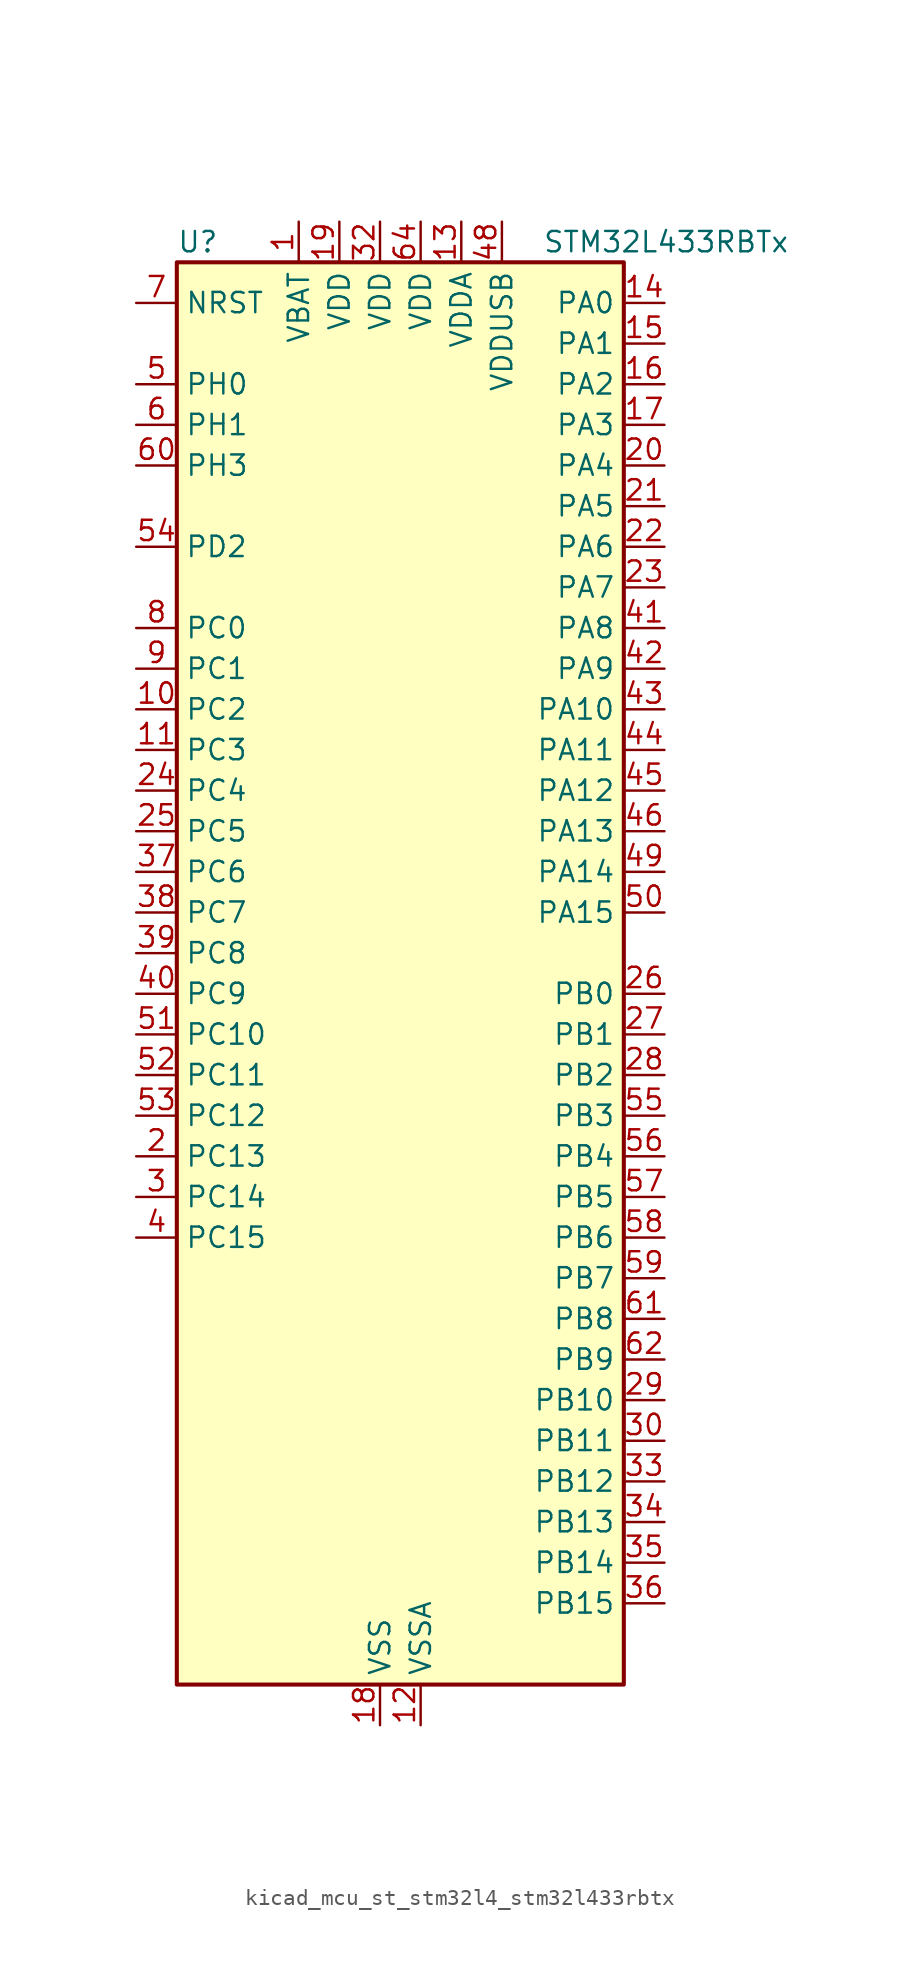
<source format=kicad_sym>
(kicad_symbol_lib
  (version 20220914)
  (generator kicad_symbol_editor)
  (symbol "kicad_mcu_st_stm32l4_stm32l433rbtx"
    (property "Reference" "U"
      (at -12.7 46.99 0)
      (effects (font (size 1.27 1.27)) (justify left)))
    (property "Value" "STM32L433RBTx"
      (at 10.16 46.99 0)
      (effects (font (size 1.27 1.27)) (justify left)))
    (property "ki_locked" ""
      (at 0 0 0)
      (effects (font (size 1.27 1.27))))
    (symbol "kicad_mcu_st_stm32l4_stm32l433rbtx_0_1"
      (rectangle (start -12.7 -43.18) (end 15.24 45.72) (stroke (width 0.254) (type default)) (fill (type background))))
    (symbol "kicad_mcu_st_stm32l4_stm32l433rbtx_1_1"
      (pin power_in line (at -5.08 48.26 270) (length 2.54) (name "VBAT" (effects (font (size 1.27 1.27)))) (number "1" (effects (font (size 1.27 1.27)))))
      (pin bidirectional line (at -15.24 17.78 0) (length 2.54) (name "PC2" (effects (font (size 1.27 1.27)))) (number "10" (effects (font (size 1.27 1.27)))) (alternate "ADC1_IN3" bidirectional line) (alternate "LCD_SEG20" bidirectional line) (alternate "LPTIM1_IN2" bidirectional line) (alternate "SPI2_MISO" bidirectional line))
      (pin bidirectional line (at -15.24 15.24 0) (length 2.54) (name "PC3" (effects (font (size 1.27 1.27)))) (number "11" (effects (font (size 1.27 1.27)))) (alternate "ADC1_IN4" bidirectional line) (alternate "LCD_VLCD" bidirectional line) (alternate "LPTIM1_ETR" bidirectional line) (alternate "LPTIM2_ETR" bidirectional line) (alternate "SAI1_SD_A" bidirectional line) (alternate "SPI2_MOSI" bidirectional line))
      (pin power_in line (at 2.54 -45.72 90) (length 2.54) (name "VSSA" (effects (font (size 1.27 1.27)))) (number "12" (effects (font (size 1.27 1.27)))))
      (pin power_in line (at 5.08 48.26 270) (length 2.54) (name "VDDA" (effects (font (size 1.27 1.27)))) (number "13" (effects (font (size 1.27 1.27)))))
      (pin bidirectional line (at 17.78 43.18 180) (length 2.54) (name "PA0" (effects (font (size 1.27 1.27)))) (number "14" (effects (font (size 1.27 1.27)))) (alternate "ADC1_IN5" bidirectional line) (alternate "COMP1_INM" bidirectional line) (alternate "COMP1_OUT" bidirectional line) (alternate "OPAMP1_VINP" bidirectional line) (alternate "RTC_TAMP2" bidirectional line) (alternate "SAI1_EXTCLK" bidirectional line) (alternate "SYS_WKUP1" bidirectional line) (alternate "TIM2_CH1" bidirectional line) (alternate "TIM2_ETR" bidirectional line) (alternate "USART2_CTS" bidirectional line))
      (pin bidirectional line (at 17.78 40.64 180) (length 2.54) (name "PA1" (effects (font (size 1.27 1.27)))) (number "15" (effects (font (size 1.27 1.27)))) (alternate "ADC1_IN6" bidirectional line) (alternate "COMP1_INP" bidirectional line) (alternate "I2C1_SMBA" bidirectional line) (alternate "LCD_SEG0" bidirectional line) (alternate "OPAMP1_VINM" bidirectional line) (alternate "SPI1_SCK" bidirectional line) (alternate "TIM15_CH1N" bidirectional line) (alternate "TIM2_CH2" bidirectional line) (alternate "USART2_DE" bidirectional line) (alternate "USART2_RTS" bidirectional line))
      (pin bidirectional line (at 17.78 38.1 180) (length 2.54) (name "PA2" (effects (font (size 1.27 1.27)))) (number "16" (effects (font (size 1.27 1.27)))) (alternate "ADC1_IN7" bidirectional line) (alternate "COMP2_INM" bidirectional line) (alternate "COMP2_OUT" bidirectional line) (alternate "LCD_SEG1" bidirectional line) (alternate "LPUART1_TX" bidirectional line) (alternate "QUADSPI_BK1_NCS" bidirectional line) (alternate "RCC_LSCO" bidirectional line) (alternate "SYS_WKUP4" bidirectional line) (alternate "TIM15_CH1" bidirectional line) (alternate "TIM2_CH3" bidirectional line) (alternate "USART2_TX" bidirectional line))
      (pin bidirectional line (at 17.78 35.56 180) (length 2.54) (name "PA3" (effects (font (size 1.27 1.27)))) (number "17" (effects (font (size 1.27 1.27)))) (alternate "ADC1_IN8" bidirectional line) (alternate "COMP2_INP" bidirectional line) (alternate "LCD_SEG2" bidirectional line) (alternate "LPUART1_RX" bidirectional line) (alternate "OPAMP1_VOUT" bidirectional line) (alternate "QUADSPI_CLK" bidirectional line) (alternate "SAI1_MCLK_A" bidirectional line) (alternate "TIM15_CH2" bidirectional line) (alternate "TIM2_CH4" bidirectional line) (alternate "USART2_RX" bidirectional line))
      (pin power_in line (at 0 -45.72 90) (length 2.54) (name "VSS" (effects (font (size 1.27 1.27)))) (number "18" (effects (font (size 1.27 1.27)))))
      (pin power_in line (at -2.54 48.26 270) (length 2.54) (name "VDD" (effects (font (size 1.27 1.27)))) (number "19" (effects (font (size 1.27 1.27)))))
      (pin bidirectional line (at -15.24 -10.16 0) (length 2.54) (name "PC13" (effects (font (size 1.27 1.27)))) (number "2" (effects (font (size 1.27 1.27)))) (alternate "RTC_OUT_ALARM" bidirectional line) (alternate "RTC_OUT_CALIB" bidirectional line) (alternate "RTC_TAMP1" bidirectional line) (alternate "RTC_TS" bidirectional line) (alternate "SYS_WKUP2" bidirectional line))
      (pin bidirectional line (at 17.78 33.02 180) (length 2.54) (name "PA4" (effects (font (size 1.27 1.27)))) (number "20" (effects (font (size 1.27 1.27)))) (alternate "ADC1_IN9" bidirectional line) (alternate "COMP1_INM" bidirectional line) (alternate "COMP2_INM" bidirectional line) (alternate "DAC1_OUT1" bidirectional line) (alternate "LPTIM2_OUT" bidirectional line) (alternate "SAI1_FS_B" bidirectional line) (alternate "SPI1_NSS" bidirectional line) (alternate "SPI3_NSS" bidirectional line) (alternate "USART2_CK" bidirectional line))
      (pin bidirectional line (at 17.78 30.48 180) (length 2.54) (name "PA5" (effects (font (size 1.27 1.27)))) (number "21" (effects (font (size 1.27 1.27)))) (alternate "ADC1_IN10" bidirectional line) (alternate "COMP1_INM" bidirectional line) (alternate "COMP2_INM" bidirectional line) (alternate "DAC1_OUT2" bidirectional line) (alternate "LPTIM2_ETR" bidirectional line) (alternate "SPI1_SCK" bidirectional line) (alternate "TIM2_CH1" bidirectional line) (alternate "TIM2_ETR" bidirectional line))
      (pin bidirectional line (at 17.78 27.94 180) (length 2.54) (name "PA6" (effects (font (size 1.27 1.27)))) (number "22" (effects (font (size 1.27 1.27)))) (alternate "ADC1_IN11" bidirectional line) (alternate "COMP1_OUT" bidirectional line) (alternate "LCD_SEG3" bidirectional line) (alternate "LPUART1_CTS" bidirectional line) (alternate "QUADSPI_BK1_IO3" bidirectional line) (alternate "SPI1_MISO" bidirectional line) (alternate "TIM16_CH1" bidirectional line) (alternate "TIM1_BKIN" bidirectional line) (alternate "TIM1_BKIN_COMP2" bidirectional line) (alternate "USART3_CTS" bidirectional line))
      (pin bidirectional line (at 17.78 25.4 180) (length 2.54) (name "PA7" (effects (font (size 1.27 1.27)))) (number "23" (effects (font (size 1.27 1.27)))) (alternate "ADC1_IN12" bidirectional line) (alternate "COMP2_OUT" bidirectional line) (alternate "I2C3_SCL" bidirectional line) (alternate "LCD_SEG4" bidirectional line) (alternate "QUADSPI_BK1_IO2" bidirectional line) (alternate "SPI1_MOSI" bidirectional line) (alternate "TIM1_CH1N" bidirectional line))
      (pin bidirectional line (at -15.24 12.7 0) (length 2.54) (name "PC4" (effects (font (size 1.27 1.27)))) (number "24" (effects (font (size 1.27 1.27)))) (alternate "ADC1_IN13" bidirectional line) (alternate "COMP1_INM" bidirectional line) (alternate "LCD_SEG22" bidirectional line) (alternate "USART3_TX" bidirectional line))
      (pin bidirectional line (at -15.24 10.16 0) (length 2.54) (name "PC5" (effects (font (size 1.27 1.27)))) (number "25" (effects (font (size 1.27 1.27)))) (alternate "ADC1_IN14" bidirectional line) (alternate "COMP1_INP" bidirectional line) (alternate "LCD_SEG23" bidirectional line) (alternate "SYS_WKUP5" bidirectional line) (alternate "USART3_RX" bidirectional line))
      (pin bidirectional line (at 17.78 0 180) (length 2.54) (name "PB0" (effects (font (size 1.27 1.27)))) (number "26" (effects (font (size 1.27 1.27)))) (alternate "ADC1_IN15" bidirectional line) (alternate "COMP1_OUT" bidirectional line) (alternate "LCD_SEG5" bidirectional line) (alternate "QUADSPI_BK1_IO1" bidirectional line) (alternate "SAI1_EXTCLK" bidirectional line) (alternate "SPI1_NSS" bidirectional line) (alternate "TIM1_CH2N" bidirectional line) (alternate "USART3_CK" bidirectional line))
      (pin bidirectional line (at 17.78 -2.54 180) (length 2.54) (name "PB1" (effects (font (size 1.27 1.27)))) (number "27" (effects (font (size 1.27 1.27)))) (alternate "ADC1_IN16" bidirectional line) (alternate "COMP1_INM" bidirectional line) (alternate "LCD_SEG6" bidirectional line) (alternate "LPTIM2_IN1" bidirectional line) (alternate "LPUART1_DE" bidirectional line) (alternate "LPUART1_RTS" bidirectional line) (alternate "QUADSPI_BK1_IO0" bidirectional line) (alternate "TIM1_CH3N" bidirectional line) (alternate "USART3_DE" bidirectional line) (alternate "USART3_RTS" bidirectional line))
      (pin bidirectional line (at 17.78 -5.08 180) (length 2.54) (name "PB2" (effects (font (size 1.27 1.27)))) (number "28" (effects (font (size 1.27 1.27)))) (alternate "COMP1_INP" bidirectional line) (alternate "I2C3_SMBA" bidirectional line) (alternate "LCD_VLCD" bidirectional line) (alternate "LPTIM1_OUT" bidirectional line) (alternate "RTC_OUT_ALARM" bidirectional line) (alternate "RTC_OUT_CALIB" bidirectional line))
      (pin bidirectional line (at 17.78 -25.4 180) (length 2.54) (name "PB10" (effects (font (size 1.27 1.27)))) (number "29" (effects (font (size 1.27 1.27)))) (alternate "COMP1_OUT" bidirectional line) (alternate "I2C2_SCL" bidirectional line) (alternate "LCD_SEG10" bidirectional line) (alternate "LPUART1_RX" bidirectional line) (alternate "QUADSPI_CLK" bidirectional line) (alternate "SAI1_SCK_A" bidirectional line) (alternate "SPI2_SCK" bidirectional line) (alternate "TIM2_CH3" bidirectional line) (alternate "TSC_SYNC" bidirectional line) (alternate "USART3_TX" bidirectional line))
      (pin bidirectional line (at -15.24 -12.7 0) (length 2.54) (name "PC14" (effects (font (size 1.27 1.27)))) (number "3" (effects (font (size 1.27 1.27)))) (alternate "RCC_OSC32_IN" bidirectional line))
      (pin bidirectional line (at 17.78 -27.94 180) (length 2.54) (name "PB11" (effects (font (size 1.27 1.27)))) (number "30" (effects (font (size 1.27 1.27)))) (alternate "ADC1_EXTI11" bidirectional line) (alternate "COMP2_OUT" bidirectional line) (alternate "I2C2_SDA" bidirectional line) (alternate "LCD_SEG11" bidirectional line) (alternate "LPUART1_TX" bidirectional line) (alternate "QUADSPI_BK1_NCS" bidirectional line) (alternate "TIM2_CH4" bidirectional line) (alternate "USART3_RX" bidirectional line))
      (pin passive line (at 0 -45.72 90) (length 2.54) hide (name "VSS" (effects (font (size 1.27 1.27)))) (number "31" (effects (font (size 1.27 1.27)))))
      (pin power_in line (at 0 48.26 270) (length 2.54) (name "VDD" (effects (font (size 1.27 1.27)))) (number "32" (effects (font (size 1.27 1.27)))))
      (pin bidirectional line (at 17.78 -30.48 180) (length 2.54) (name "PB12" (effects (font (size 1.27 1.27)))) (number "33" (effects (font (size 1.27 1.27)))) (alternate "I2C2_SMBA" bidirectional line) (alternate "LCD_SEG12" bidirectional line) (alternate "LPUART1_DE" bidirectional line) (alternate "LPUART1_RTS" bidirectional line) (alternate "SAI1_FS_A" bidirectional line) (alternate "SPI2_NSS" bidirectional line) (alternate "SWPMI1_IO" bidirectional line) (alternate "TIM15_BKIN" bidirectional line) (alternate "TIM1_BKIN" bidirectional line) (alternate "TIM1_BKIN_COMP2" bidirectional line) (alternate "TSC_G1_IO1" bidirectional line) (alternate "USART3_CK" bidirectional line))
      (pin bidirectional line (at 17.78 -33.02 180) (length 2.54) (name "PB13" (effects (font (size 1.27 1.27)))) (number "34" (effects (font (size 1.27 1.27)))) (alternate "I2C2_SCL" bidirectional line) (alternate "LCD_SEG13" bidirectional line) (alternate "LPUART1_CTS" bidirectional line) (alternate "SAI1_SCK_A" bidirectional line) (alternate "SPI2_SCK" bidirectional line) (alternate "SWPMI1_TX" bidirectional line) (alternate "TIM15_CH1N" bidirectional line) (alternate "TIM1_CH1N" bidirectional line) (alternate "TSC_G1_IO2" bidirectional line) (alternate "USART3_CTS" bidirectional line))
      (pin bidirectional line (at 17.78 -35.56 180) (length 2.54) (name "PB14" (effects (font (size 1.27 1.27)))) (number "35" (effects (font (size 1.27 1.27)))) (alternate "I2C2_SDA" bidirectional line) (alternate "LCD_SEG14" bidirectional line) (alternate "SAI1_MCLK_A" bidirectional line) (alternate "SPI2_MISO" bidirectional line) (alternate "SWPMI1_RX" bidirectional line) (alternate "TIM15_CH1" bidirectional line) (alternate "TIM1_CH2N" bidirectional line) (alternate "TSC_G1_IO3" bidirectional line) (alternate "USART3_DE" bidirectional line) (alternate "USART3_RTS" bidirectional line))
      (pin bidirectional line (at 17.78 -38.1 180) (length 2.54) (name "PB15" (effects (font (size 1.27 1.27)))) (number "36" (effects (font (size 1.27 1.27)))) (alternate "ADC1_EXTI15" bidirectional line) (alternate "LCD_SEG15" bidirectional line) (alternate "RTC_REFIN" bidirectional line) (alternate "SAI1_SD_A" bidirectional line) (alternate "SPI2_MOSI" bidirectional line) (alternate "SWPMI1_SUSPEND" bidirectional line) (alternate "TIM15_CH2" bidirectional line) (alternate "TIM1_CH3N" bidirectional line) (alternate "TSC_G1_IO4" bidirectional line))
      (pin bidirectional line (at -15.24 7.62 0) (length 2.54) (name "PC6" (effects (font (size 1.27 1.27)))) (number "37" (effects (font (size 1.27 1.27)))) (alternate "LCD_SEG24" bidirectional line) (alternate "SDMMC1_D6" bidirectional line) (alternate "TSC_G4_IO1" bidirectional line))
      (pin bidirectional line (at -15.24 5.08 0) (length 2.54) (name "PC7" (effects (font (size 1.27 1.27)))) (number "38" (effects (font (size 1.27 1.27)))) (alternate "LCD_SEG25" bidirectional line) (alternate "SDMMC1_D7" bidirectional line) (alternate "TSC_G4_IO2" bidirectional line))
      (pin bidirectional line (at -15.24 2.54 0) (length 2.54) (name "PC8" (effects (font (size 1.27 1.27)))) (number "39" (effects (font (size 1.27 1.27)))) (alternate "LCD_SEG26" bidirectional line) (alternate "SDMMC1_D0" bidirectional line) (alternate "TSC_G4_IO3" bidirectional line))
      (pin bidirectional line (at -15.24 -15.24 0) (length 2.54) (name "PC15" (effects (font (size 1.27 1.27)))) (number "4" (effects (font (size 1.27 1.27)))) (alternate "ADC1_EXTI15" bidirectional line) (alternate "RCC_OSC32_OUT" bidirectional line))
      (pin bidirectional line (at -15.24 0 0) (length 2.54) (name "PC9" (effects (font (size 1.27 1.27)))) (number "40" (effects (font (size 1.27 1.27)))) (alternate "DAC1_EXTI9" bidirectional line) (alternate "LCD_SEG27" bidirectional line) (alternate "SDMMC1_D1" bidirectional line) (alternate "TSC_G4_IO4" bidirectional line) (alternate "USB_NOE" bidirectional line))
      (pin bidirectional line (at 17.78 22.86 180) (length 2.54) (name "PA8" (effects (font (size 1.27 1.27)))) (number "41" (effects (font (size 1.27 1.27)))) (alternate "LCD_COM0" bidirectional line) (alternate "LPTIM2_OUT" bidirectional line) (alternate "RCC_MCO" bidirectional line) (alternate "SAI1_SCK_A" bidirectional line) (alternate "SWPMI1_IO" bidirectional line) (alternate "TIM1_CH1" bidirectional line) (alternate "USART1_CK" bidirectional line))
      (pin bidirectional line (at 17.78 20.32 180) (length 2.54) (name "PA9" (effects (font (size 1.27 1.27)))) (number "42" (effects (font (size 1.27 1.27)))) (alternate "DAC1_EXTI9" bidirectional line) (alternate "I2C1_SCL" bidirectional line) (alternate "LCD_COM1" bidirectional line) (alternate "SAI1_FS_A" bidirectional line) (alternate "TIM15_BKIN" bidirectional line) (alternate "TIM1_CH2" bidirectional line) (alternate "USART1_TX" bidirectional line))
      (pin bidirectional line (at 17.78 17.78 180) (length 2.54) (name "PA10" (effects (font (size 1.27 1.27)))) (number "43" (effects (font (size 1.27 1.27)))) (alternate "CRS_SYNC" bidirectional line) (alternate "I2C1_SDA" bidirectional line) (alternate "LCD_COM2" bidirectional line) (alternate "SAI1_SD_A" bidirectional line) (alternate "TIM1_CH3" bidirectional line) (alternate "USART1_RX" bidirectional line))
      (pin bidirectional line (at 17.78 15.24 180) (length 2.54) (name "PA11" (effects (font (size 1.27 1.27)))) (number "44" (effects (font (size 1.27 1.27)))) (alternate "ADC1_EXTI11" bidirectional line) (alternate "CAN1_RX" bidirectional line) (alternate "COMP1_OUT" bidirectional line) (alternate "SPI1_MISO" bidirectional line) (alternate "TIM1_BKIN2" bidirectional line) (alternate "TIM1_BKIN2_COMP1" bidirectional line) (alternate "TIM1_CH4" bidirectional line) (alternate "USART1_CTS" bidirectional line) (alternate "USB_DM" bidirectional line))
      (pin bidirectional line (at 17.78 12.7 180) (length 2.54) (name "PA12" (effects (font (size 1.27 1.27)))) (number "45" (effects (font (size 1.27 1.27)))) (alternate "CAN1_TX" bidirectional line) (alternate "SPI1_MOSI" bidirectional line) (alternate "TIM1_ETR" bidirectional line) (alternate "USART1_DE" bidirectional line) (alternate "USART1_RTS" bidirectional line) (alternate "USB_DP" bidirectional line))
      (pin bidirectional line (at 17.78 10.16 180) (length 2.54) (name "PA13" (effects (font (size 1.27 1.27)))) (number "46" (effects (font (size 1.27 1.27)))) (alternate "IR_OUT" bidirectional line) (alternate "SAI1_SD_B" bidirectional line) (alternate "SWPMI1_TX" bidirectional line) (alternate "SYS_JTMS-SWDIO" bidirectional line) (alternate "USB_NOE" bidirectional line))
      (pin passive line (at 0 -45.72 90) (length 2.54) hide (name "VSS" (effects (font (size 1.27 1.27)))) (number "47" (effects (font (size 1.27 1.27)))))
      (pin power_in line (at 7.62 48.26 270) (length 2.54) (name "VDDUSB" (effects (font (size 1.27 1.27)))) (number "48" (effects (font (size 1.27 1.27)))))
      (pin bidirectional line (at 17.78 7.62 180) (length 2.54) (name "PA14" (effects (font (size 1.27 1.27)))) (number "49" (effects (font (size 1.27 1.27)))) (alternate "I2C1_SMBA" bidirectional line) (alternate "LPTIM1_OUT" bidirectional line) (alternate "SAI1_FS_B" bidirectional line) (alternate "SWPMI1_RX" bidirectional line) (alternate "SYS_JTCK-SWCLK" bidirectional line))
      (pin bidirectional line (at -15.24 38.1 0) (length 2.54) (name "PH0" (effects (font (size 1.27 1.27)))) (number "5" (effects (font (size 1.27 1.27)))) (alternate "RCC_OSC_IN" bidirectional line))
      (pin bidirectional line (at 17.78 5.08 180) (length 2.54) (name "PA15" (effects (font (size 1.27 1.27)))) (number "50" (effects (font (size 1.27 1.27)))) (alternate "ADC1_EXTI15" bidirectional line) (alternate "LCD_SEG17" bidirectional line) (alternate "SPI1_NSS" bidirectional line) (alternate "SPI3_NSS" bidirectional line) (alternate "SWPMI1_SUSPEND" bidirectional line) (alternate "SYS_JTDI" bidirectional line) (alternate "TIM2_CH1" bidirectional line) (alternate "TIM2_ETR" bidirectional line) (alternate "TSC_G3_IO1" bidirectional line) (alternate "USART2_RX" bidirectional line) (alternate "USART3_DE" bidirectional line) (alternate "USART3_RTS" bidirectional line))
      (pin bidirectional line (at -15.24 -2.54 0) (length 2.54) (name "PC10" (effects (font (size 1.27 1.27)))) (number "51" (effects (font (size 1.27 1.27)))) (alternate "LCD_COM4" bidirectional line) (alternate "LCD_SEG28" bidirectional line) (alternate "LCD_SEG40" bidirectional line) (alternate "SDMMC1_D2" bidirectional line) (alternate "SPI3_SCK" bidirectional line) (alternate "TSC_G3_IO2" bidirectional line) (alternate "USART3_TX" bidirectional line))
      (pin bidirectional line (at -15.24 -5.08 0) (length 2.54) (name "PC11" (effects (font (size 1.27 1.27)))) (number "52" (effects (font (size 1.27 1.27)))) (alternate "ADC1_EXTI11" bidirectional line) (alternate "LCD_COM5" bidirectional line) (alternate "LCD_SEG29" bidirectional line) (alternate "LCD_SEG41" bidirectional line) (alternate "SDMMC1_D3" bidirectional line) (alternate "SPI3_MISO" bidirectional line) (alternate "TSC_G3_IO3" bidirectional line) (alternate "USART3_RX" bidirectional line))
      (pin bidirectional line (at -15.24 -7.62 0) (length 2.54) (name "PC12" (effects (font (size 1.27 1.27)))) (number "53" (effects (font (size 1.27 1.27)))) (alternate "LCD_COM6" bidirectional line) (alternate "LCD_SEG30" bidirectional line) (alternate "LCD_SEG42" bidirectional line) (alternate "SDMMC1_CK" bidirectional line) (alternate "SPI3_MOSI" bidirectional line) (alternate "TSC_G3_IO4" bidirectional line) (alternate "USART3_CK" bidirectional line))
      (pin bidirectional line (at -15.24 27.94 0) (length 2.54) (name "PD2" (effects (font (size 1.27 1.27)))) (number "54" (effects (font (size 1.27 1.27)))) (alternate "LCD_COM7" bidirectional line) (alternate "LCD_SEG31" bidirectional line) (alternate "LCD_SEG43" bidirectional line) (alternate "SDMMC1_CMD" bidirectional line) (alternate "TSC_SYNC" bidirectional line) (alternate "USART3_DE" bidirectional line) (alternate "USART3_RTS" bidirectional line))
      (pin bidirectional line (at 17.78 -7.62 180) (length 2.54) (name "PB3" (effects (font (size 1.27 1.27)))) (number "55" (effects (font (size 1.27 1.27)))) (alternate "COMP2_INM" bidirectional line) (alternate "LCD_SEG7" bidirectional line) (alternate "SAI1_SCK_B" bidirectional line) (alternate "SPI1_SCK" bidirectional line) (alternate "SPI3_SCK" bidirectional line) (alternate "SYS_JTDO-SWO" bidirectional line) (alternate "TIM2_CH2" bidirectional line) (alternate "USART1_DE" bidirectional line) (alternate "USART1_RTS" bidirectional line))
      (pin bidirectional line (at 17.78 -10.16 180) (length 2.54) (name "PB4" (effects (font (size 1.27 1.27)))) (number "56" (effects (font (size 1.27 1.27)))) (alternate "COMP2_INP" bidirectional line) (alternate "I2C3_SDA" bidirectional line) (alternate "LCD_SEG8" bidirectional line) (alternate "SAI1_MCLK_B" bidirectional line) (alternate "SPI1_MISO" bidirectional line) (alternate "SPI3_MISO" bidirectional line) (alternate "SYS_JTRST" bidirectional line) (alternate "TSC_G2_IO1" bidirectional line) (alternate "USART1_CTS" bidirectional line))
      (pin bidirectional line (at 17.78 -12.7 180) (length 2.54) (name "PB5" (effects (font (size 1.27 1.27)))) (number "57" (effects (font (size 1.27 1.27)))) (alternate "COMP2_OUT" bidirectional line) (alternate "I2C1_SMBA" bidirectional line) (alternate "LCD_SEG9" bidirectional line) (alternate "LPTIM1_IN1" bidirectional line) (alternate "SAI1_SD_B" bidirectional line) (alternate "SPI1_MOSI" bidirectional line) (alternate "SPI3_MOSI" bidirectional line) (alternate "TIM16_BKIN" bidirectional line) (alternate "TSC_G2_IO2" bidirectional line) (alternate "USART1_CK" bidirectional line))
      (pin bidirectional line (at 17.78 -15.24 180) (length 2.54) (name "PB6" (effects (font (size 1.27 1.27)))) (number "58" (effects (font (size 1.27 1.27)))) (alternate "COMP2_INP" bidirectional line) (alternate "I2C1_SCL" bidirectional line) (alternate "LPTIM1_ETR" bidirectional line) (alternate "SAI1_FS_B" bidirectional line) (alternate "TIM16_CH1N" bidirectional line) (alternate "TSC_G2_IO3" bidirectional line) (alternate "USART1_TX" bidirectional line))
      (pin bidirectional line (at 17.78 -17.78 180) (length 2.54) (name "PB7" (effects (font (size 1.27 1.27)))) (number "59" (effects (font (size 1.27 1.27)))) (alternate "COMP2_INM" bidirectional line) (alternate "I2C1_SDA" bidirectional line) (alternate "LCD_SEG21" bidirectional line) (alternate "LPTIM1_IN2" bidirectional line) (alternate "SYS_PVD_IN" bidirectional line) (alternate "TSC_G2_IO4" bidirectional line) (alternate "USART1_RX" bidirectional line))
      (pin bidirectional line (at -15.24 35.56 0) (length 2.54) (name "PH1" (effects (font (size 1.27 1.27)))) (number "6" (effects (font (size 1.27 1.27)))) (alternate "RCC_OSC_OUT" bidirectional line))
      (pin bidirectional line (at -15.24 33.02 0) (length 2.54) (name "PH3" (effects (font (size 1.27 1.27)))) (number "60" (effects (font (size 1.27 1.27)))))
      (pin bidirectional line (at 17.78 -20.32 180) (length 2.54) (name "PB8" (effects (font (size 1.27 1.27)))) (number "61" (effects (font (size 1.27 1.27)))) (alternate "CAN1_RX" bidirectional line) (alternate "I2C1_SCL" bidirectional line) (alternate "LCD_SEG16" bidirectional line) (alternate "SAI1_MCLK_A" bidirectional line) (alternate "SDMMC1_D4" bidirectional line) (alternate "TIM16_CH1" bidirectional line))
      (pin bidirectional line (at 17.78 -22.86 180) (length 2.54) (name "PB9" (effects (font (size 1.27 1.27)))) (number "62" (effects (font (size 1.27 1.27)))) (alternate "CAN1_TX" bidirectional line) (alternate "DAC1_EXTI9" bidirectional line) (alternate "I2C1_SDA" bidirectional line) (alternate "IR_OUT" bidirectional line) (alternate "LCD_COM3" bidirectional line) (alternate "SAI1_FS_A" bidirectional line) (alternate "SDMMC1_D5" bidirectional line) (alternate "SPI2_NSS" bidirectional line))
      (pin passive line (at 0 -45.72 90) (length 2.54) hide (name "VSS" (effects (font (size 1.27 1.27)))) (number "63" (effects (font (size 1.27 1.27)))))
      (pin power_in line (at 2.54 48.26 270) (length 2.54) (name "VDD" (effects (font (size 1.27 1.27)))) (number "64" (effects (font (size 1.27 1.27)))))
      (pin input line (at -15.24 43.18 0) (length 2.54) (name "NRST" (effects (font (size 1.27 1.27)))) (number "7" (effects (font (size 1.27 1.27)))))
      (pin bidirectional line (at -15.24 22.86 0) (length 2.54) (name "PC0" (effects (font (size 1.27 1.27)))) (number "8" (effects (font (size 1.27 1.27)))) (alternate "ADC1_IN1" bidirectional line) (alternate "I2C3_SCL" bidirectional line) (alternate "LCD_SEG18" bidirectional line) (alternate "LPTIM1_IN1" bidirectional line) (alternate "LPTIM2_IN1" bidirectional line) (alternate "LPUART1_RX" bidirectional line))
      (pin bidirectional line (at -15.24 20.32 0) (length 2.54) (name "PC1" (effects (font (size 1.27 1.27)))) (number "9" (effects (font (size 1.27 1.27)))) (alternate "ADC1_IN2" bidirectional line) (alternate "I2C3_SDA" bidirectional line) (alternate "LCD_SEG19" bidirectional line) (alternate "LPTIM1_OUT" bidirectional line) (alternate "LPUART1_TX" bidirectional line)))))
</source>
